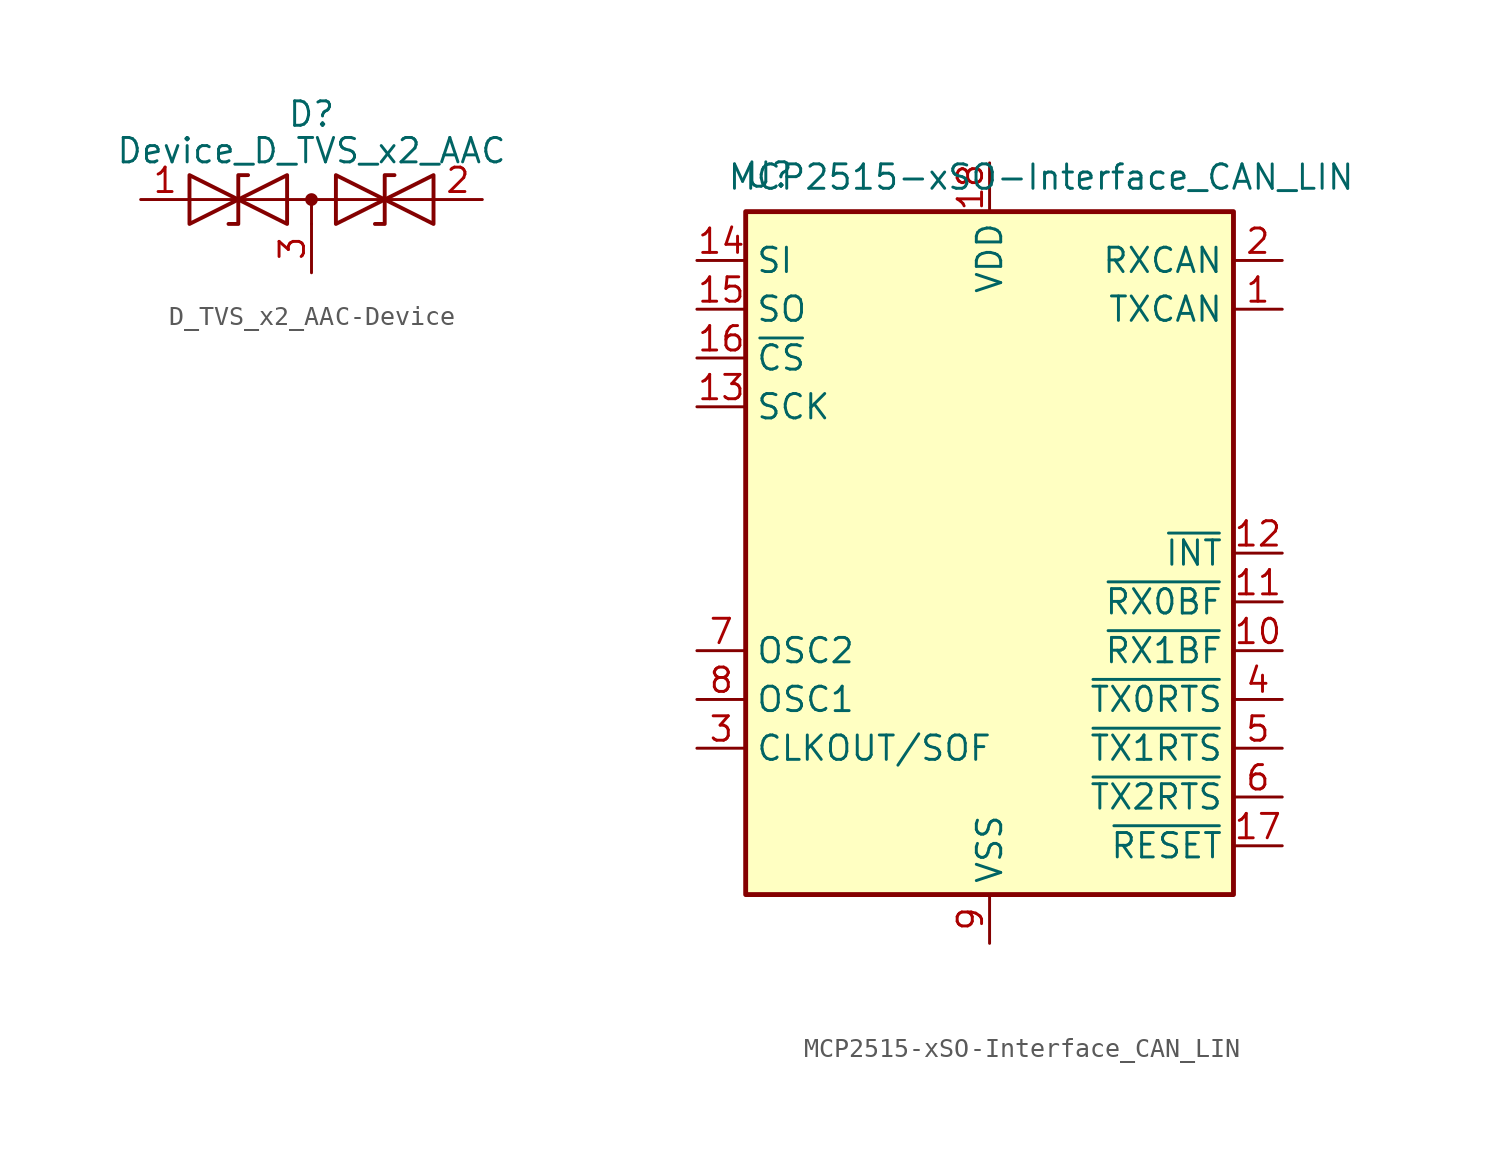
<source format=kicad_sym>
(kicad_symbol_lib
  (version 20231120)
  (generator "kicad_symbol_editor")
  (generator_version "8.0")
  (symbol "D_TVS_x2_AAC-Device"
    (pin_names
      (offset 1.016) hide)
    (property "Reference" "D"
      (at 0 4.445 0)
      (effects (font (size 1.27 1.27))))
    (property "Value" "Device_D_TVS_x2_AAC"
      (at 0 2.54 0)
      (effects (font (size 1.27 1.27))))
    (symbol "D_TVS_x2_AAC-Device_0_0"
      (polyline (pts (xy 0 -1.27) (xy 0 0)) (stroke (width 0) (type solid)) (fill (type none))))
    (symbol "D_TVS_x2_AAC-Device_0_1"
      (polyline (pts (xy -6.35 0) (xy 6.35 0)) (stroke (width 0) (type solid)) (fill (type none)))
      (polyline (pts (xy -3.302 1.27) (xy -3.81 1.27) (xy -3.81 -1.27) (xy -4.318 -1.27)) (stroke (width 0.203) (type solid)) (fill (type none)))
      (polyline (pts (xy 4.318 1.27) (xy 3.81 1.27) (xy 3.81 -1.27) (xy 3.302 -1.27)) (stroke (width 0.203) (type solid)) (fill (type none)))
      (polyline (pts (xy -6.35 -1.27) (xy -1.27 1.27) (xy -1.27 -1.27) (xy -6.35 1.27) (xy -6.35 -1.27)) (stroke (width 0.203) (type solid)) (fill (type none)))
      (polyline (pts (xy 1.27 -1.27) (xy 1.27 1.27) (xy 6.35 -1.27) (xy 6.35 1.27) (xy 1.27 -1.27)) (stroke (width 0.203) (type solid)) (fill (type none)))
      (circle (center 0 0) (radius 0.254) (stroke (width 0) (type solid)) (fill (type outline))))
    (symbol "D_TVS_x2_AAC-Device_1_1"
      (pin passive line (at -8.89 0 0) (length 2.54) (name "A1" (effects (font (size 1.27 1.27)))) (number "1" (effects (font (size 1.27 1.27)))))
      (pin passive line (at 8.89 0 180) (length 2.54) (name "A2" (effects (font (size 1.27 1.27)))) (number "2" (effects (font (size 1.27 1.27)))))
      (pin input line (at 0 -3.81 90) (length 2.54) (name "common" (effects (font (size 1.27 1.27)))) (number "3" (effects (font (size 1.27 1.27)))))))
  (symbol "MCP2515-xSO-Interface_CAN_LIN"
    (property "Reference" "U"
      (at -10.16 19.685 0)
      (effects (font (size 1.27 1.27)) (justify right)))
    (property "Value" "MCP2515-xSO-Interface_CAN_LIN"
      (at 19.05 20.32 0)
      (effects (font (size 1.27 1.27)) (justify right top)))
    (symbol "MCP2515-xSO-Interface_CAN_LIN_0_1"
      (rectangle (start -12.7 17.78) (end 12.7 -17.78) (stroke (width 0.254) (type solid)) (fill (type background))))
    (symbol "MCP2515-xSO-Interface_CAN_LIN_1_1"
      (pin output line (at 15.24 12.7 180) (length 2.54) (name "TXCAN" (effects (font (size 1.27 1.27)))) (number "1" (effects (font (size 1.27 1.27)))))
      (pin output line (at 15.24 -5.08 180) (length 2.54) (name "~{RX1BF}" (effects (font (size 1.27 1.27)))) (number "10" (effects (font (size 1.27 1.27)))))
      (pin output line (at 15.24 -2.54 180) (length 2.54) (name "~{RX0BF}" (effects (font (size 1.27 1.27)))) (number "11" (effects (font (size 1.27 1.27)))))
      (pin output line (at 15.24 0 180) (length 2.54) (name "~{INT}" (effects (font (size 1.27 1.27)))) (number "12" (effects (font (size 1.27 1.27)))))
      (pin input line (at -15.24 7.62 0) (length 2.54) (name "SCK" (effects (font (size 1.27 1.27)))) (number "13" (effects (font (size 1.27 1.27)))))
      (pin input line (at -15.24 15.24 0) (length 2.54) (name "SI" (effects (font (size 1.27 1.27)))) (number "14" (effects (font (size 1.27 1.27)))))
      (pin output line (at -15.24 12.7 0) (length 2.54) (name "SO" (effects (font (size 1.27 1.27)))) (number "15" (effects (font (size 1.27 1.27)))))
      (pin input line (at -15.24 10.16 0) (length 2.54) (name "~{CS}" (effects (font (size 1.27 1.27)))) (number "16" (effects (font (size 1.27 1.27)))))
      (pin input line (at 15.24 -15.24 180) (length 2.54) (name "~{RESET}" (effects (font (size 1.27 1.27)))) (number "17" (effects (font (size 1.27 1.27)))))
      (pin power_in line (at 0 20.32 270) (length 2.54) (name "VDD" (effects (font (size 1.27 1.27)))) (number "18" (effects (font (size 1.27 1.27)))))
      (pin input line (at 15.24 15.24 180) (length 2.54) (name "RXCAN" (effects (font (size 1.27 1.27)))) (number "2" (effects (font (size 1.27 1.27)))))
      (pin output line (at -15.24 -10.16 0) (length 2.54) (name "CLKOUT/SOF" (effects (font (size 1.27 1.27)))) (number "3" (effects (font (size 1.27 1.27)))))
      (pin input line (at 15.24 -7.62 180) (length 2.54) (name "~{TX0RTS}" (effects (font (size 1.27 1.27)))) (number "4" (effects (font (size 1.27 1.27)))))
      (pin input line (at 15.24 -10.16 180) (length 2.54) (name "~{TX1RTS}" (effects (font (size 1.27 1.27)))) (number "5" (effects (font (size 1.27 1.27)))))
      (pin input line (at 15.24 -12.7 180) (length 2.54) (name "~{TX2RTS}" (effects (font (size 1.27 1.27)))) (number "6" (effects (font (size 1.27 1.27)))))
      (pin output line (at -15.24 -5.08 0) (length 2.54) (name "OSC2" (effects (font (size 1.27 1.27)))) (number "7" (effects (font (size 1.27 1.27)))))
      (pin input line (at -15.24 -7.62 0) (length 2.54) (name "OSC1" (effects (font (size 1.27 1.27)))) (number "8" (effects (font (size 1.27 1.27)))))
      (pin power_in line (at 0 -20.32 90) (length 2.54) (name "VSS" (effects (font (size 1.27 1.27)))) (number "9" (effects (font (size 1.27 1.27))))))))
</source>
